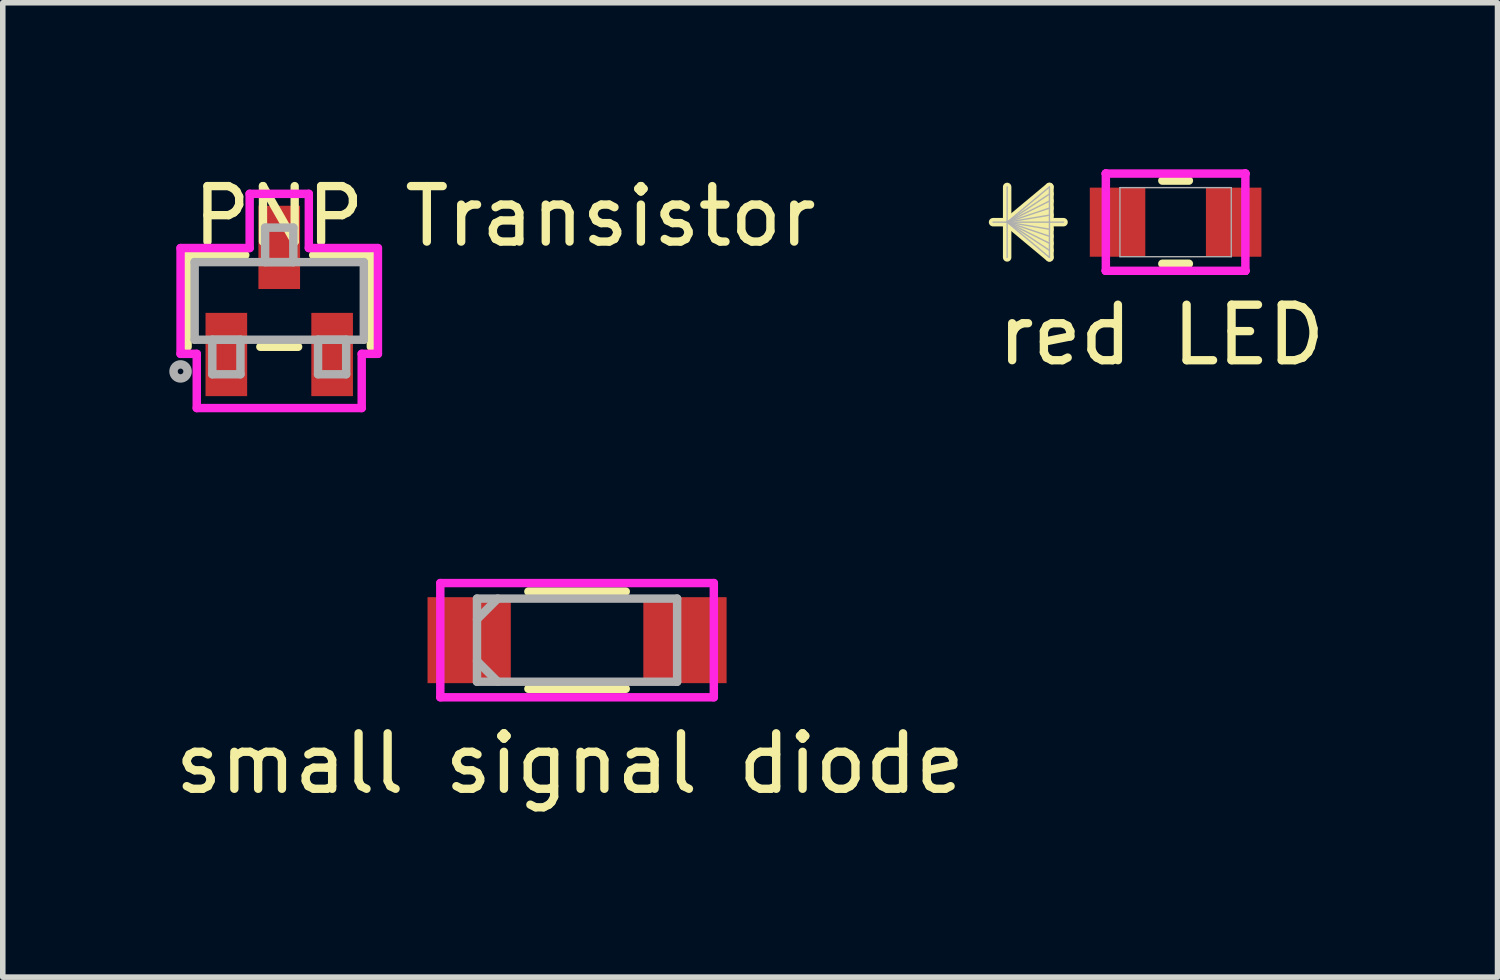
<source format=kicad_pcb>
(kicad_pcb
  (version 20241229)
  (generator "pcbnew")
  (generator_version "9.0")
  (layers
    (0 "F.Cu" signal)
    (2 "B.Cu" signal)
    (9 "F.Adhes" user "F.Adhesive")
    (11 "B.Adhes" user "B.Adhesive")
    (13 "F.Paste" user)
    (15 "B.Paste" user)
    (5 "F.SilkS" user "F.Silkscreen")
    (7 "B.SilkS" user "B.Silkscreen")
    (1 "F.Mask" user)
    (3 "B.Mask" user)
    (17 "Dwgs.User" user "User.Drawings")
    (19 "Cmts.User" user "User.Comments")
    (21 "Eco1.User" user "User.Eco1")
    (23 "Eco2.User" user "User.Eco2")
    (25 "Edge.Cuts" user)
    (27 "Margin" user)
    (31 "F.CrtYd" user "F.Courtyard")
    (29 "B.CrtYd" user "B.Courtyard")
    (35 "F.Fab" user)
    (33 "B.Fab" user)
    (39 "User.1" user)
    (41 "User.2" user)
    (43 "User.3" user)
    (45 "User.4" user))
  (footprint "red LED"
    (layer "F.Cu")
    (at 18.131 0.953)
    (property "Reference" "red LED" (at -0.254 2.032 0) (unlocked yes) (layer "F.SilkS") (effects (font (size 1 1) (thickness 0.15))))
    (attr smd)
    (fp_line (start -3.035 -0.635) (end -3.035 0.635) (stroke (width 0.152) (type solid)) (layer "F.SilkS"))
    (fp_line (start -3.035 0) (end -2.273 -0.635) (stroke (width 0.152) (type solid)) (layer "F.SilkS"))
    (fp_line (start -3.035 0) (end -2.273 -0.508) (stroke (width 0.152) (type solid)) (layer "F.SilkS"))
    (fp_line (start -3.035 0) (end -2.273 -0.381) (stroke (width 0.152) (type solid)) (layer "F.SilkS"))
    (fp_line (start -3.035 0) (end -2.273 -0.254) (stroke (width 0.152) (type solid)) (layer "F.SilkS"))
    (fp_line (start -3.035 0) (end -2.273 -0.127) (stroke (width 0.152) (type solid)) (layer "F.SilkS"))
    (fp_line (start -3.035 0) (end -2.273 0.127) (stroke (width 0.152) (type solid)) (layer "F.SilkS"))
    (fp_line (start -3.035 0) (end -2.273 0.254) (stroke (width 0.152) (type solid)) (layer "F.SilkS"))
    (fp_line (start -3.035 0) (end -2.273 0.381) (stroke (width 0.152) (type solid)) (layer "F.SilkS"))
    (fp_line (start -3.035 0) (end -2.273 0.508) (stroke (width 0.152) (type solid)) (layer "F.SilkS"))
    (fp_line (start -3.035 0) (end -2.273 0.635) (stroke (width 0.152) (type solid)) (layer "F.SilkS"))
    (fp_line (start -2.273 -0.635) (end -2.273 0.635) (stroke (width 0.152) (type solid)) (layer "F.SilkS"))
    (fp_line (start -2.019 0) (end -3.289 0) (stroke (width 0.152) (type solid)) (layer "F.SilkS"))
    (fp_line (start -0.239 0.749) (end 0.239 0.749) (stroke (width 0.152) (type solid)) (layer "F.SilkS"))
    (fp_line (start 0.239 -0.749) (end -0.239 -0.749) (stroke (width 0.152) (type solid)) (layer "F.SilkS"))
    (fp_line (start -1.257 -0.876) (end -1.257 -0.876) (stroke (width 0.152) (type solid)) (layer "F.CrtYd"))
    (fp_line (start -1.257 -0.876) (end -1.257 -0.876) (stroke (width 0.152) (type solid)) (layer "F.CrtYd"))
    (fp_line (start -1.257 -0.876) (end 1.257 -0.876) (stroke (width 0.152) (type solid)) (layer "F.CrtYd"))
    (fp_line (start -1.257 0.876) (end -1.257 -0.876) (stroke (width 0.152) (type solid)) (layer "F.CrtYd"))
    (fp_line (start -1.257 0.876) (end -1.257 0.876) (stroke (width 0.152) (type solid)) (layer "F.CrtYd"))
    (fp_line (start -1.257 0.876) (end -1.257 0.876) (stroke (width 0.152) (type solid)) (layer "F.CrtYd"))
    (fp_line (start 1.257 -0.876) (end 1.257 -0.876) (stroke (width 0.152) (type solid)) (layer "F.CrtYd"))
    (fp_line (start 1.257 -0.876) (end 1.257 -0.876) (stroke (width 0.152) (type solid)) (layer "F.CrtYd"))
    (fp_line (start 1.257 -0.876) (end 1.257 0.876) (stroke (width 0.152) (type solid)) (layer "F.CrtYd"))
    (fp_line (start 1.257 0.876) (end -1.257 0.876) (stroke (width 0.152) (type solid)) (layer "F.CrtYd"))
    (fp_line (start 1.257 0.876) (end 1.257 0.876) (stroke (width 0.152) (type solid)) (layer "F.CrtYd"))
    (fp_line (start 1.257 0.876) (end 1.257 0.876) (stroke (width 0.152) (type solid)) (layer "F.CrtYd"))
    (fp_line (start -3.035 -0.635) (end -3.035 0.635) (stroke (width 0.025) (type solid)) (layer "F.Fab"))
    (fp_line (start -3.035 0) (end -2.273 -0.635) (stroke (width 0.025) (type solid)) (layer "F.Fab"))
    (fp_line (start -3.035 0) (end -2.273 -0.508) (stroke (width 0.025) (type solid)) (layer "F.Fab"))
    (fp_line (start -3.035 0) (end -2.273 -0.381) (stroke (width 0.025) (type solid)) (layer "F.Fab"))
    (fp_line (start -3.035 0) (end -2.273 -0.254) (stroke (width 0.025) (type solid)) (layer "F.Fab"))
    (fp_line (start -3.035 0) (end -2.273 -0.127) (stroke (width 0.025) (type solid)) (layer "F.Fab"))
    (fp_line (start -3.035 0) (end -2.273 0.127) (stroke (width 0.025) (type solid)) (layer "F.Fab"))
    (fp_line (start -3.035 0) (end -2.273 0.254) (stroke (width 0.025) (type solid)) (layer "F.Fab"))
    (fp_line (start -3.035 0) (end -2.273 0.381) (stroke (width 0.025) (type solid)) (layer "F.Fab"))
    (fp_line (start -3.035 0) (end -2.273 0.508) (stroke (width 0.025) (type solid)) (layer "F.Fab"))
    (fp_line (start -3.035 0) (end -2.273 0.635) (stroke (width 0.025) (type solid)) (layer "F.Fab"))
    (fp_line (start -2.273 -0.635) (end -2.273 0.635) (stroke (width 0.025) (type solid)) (layer "F.Fab"))
    (fp_line (start -2.019 0) (end -3.289 0) (stroke (width 0.025) (type solid)) (layer "F.Fab"))
    (fp_line (start -1.003 -0.622) (end -1.003 0.622) (stroke (width 0.025) (type solid)) (layer "F.Fab"))
    (fp_line (start -1.003 0.622) (end 1.003 0.622) (stroke (width 0.025) (type solid)) (layer "F.Fab"))
    (fp_line (start 1.003 -0.622) (end -1.003 -0.622) (stroke (width 0.025) (type solid)) (layer "F.Fab"))
    (fp_line (start 1.003 0.622) (end 1.003 -0.622) (stroke (width 0.025) (type solid)) (layer "F.Fab"))
    (pad "1" smd rect (at -1.046 0) (size 1 1.245) (layers "F.Cu" "F.Mask" "F.Paste"))
    (pad "2" smd rect (at 1.046 0) (size 1 1.245) (layers "F.Cu" "F.Mask" "F.Paste"))
    (zone (net_name "") (layer "F.Cu") (hatch full 0.508) (connect_pads) (min_thickness 0.254) (filled_areas_thickness no) (keepout (tracks not_allowed) (vias not_allowed) (pads allowed) (copperpour not_allowed) (footprints allowed)) (placement (enabled no)) (fill) (polygon (pts (xy 17.636 0.381) (xy 18.626 0.381) (xy 18.626 1.524) (xy 17.636 1.524)))))
  (footprint "PNP Transistor"
    (layer "F.Cu")
    (at 1.981 2.372)
    (property "Reference" "PNP Transistor" (at 4.064 -1.524 0) (layer "F.SilkS") (effects (font (size 1 1) (thickness 0.15))))
    (attr through_hole)
    (fp_line (start -1.651 -0.826) (end -1.651 0.826) (stroke (width 0.152) (type solid)) (layer "F.SilkS"))
    (fp_line (start -0.612 -0.826) (end -1.651 -0.826) (stroke (width 0.152) (type solid)) (layer "F.SilkS"))
    (fp_line (start -0.34 0.826) (end 0.34 0.826) (stroke (width 0.152) (type solid)) (layer "F.SilkS"))
    (fp_line (start 1.651 -0.826) (end 0.612 -0.826) (stroke (width 0.152) (type solid)) (layer "F.SilkS"))
    (fp_line (start 1.651 0.826) (end 1.651 -0.826) (stroke (width 0.152) (type solid)) (layer "F.SilkS"))
    (fp_line (start -1.778 -0.953) (end -0.533 -0.953) (stroke (width 0.152) (type solid)) (layer "F.CrtYd"))
    (fp_line (start -1.778 0.953) (end -1.778 -0.953) (stroke (width 0.152) (type solid)) (layer "F.CrtYd"))
    (fp_line (start -1.778 0.953) (end -1.486 0.953) (stroke (width 0.152) (type solid)) (layer "F.CrtYd"))
    (fp_line (start -1.486 0.953) (end -1.486 1.93) (stroke (width 0.152) (type solid)) (layer "F.CrtYd"))
    (fp_line (start -1.486 1.93) (end 1.486 1.93) (stroke (width 0.152) (type solid)) (layer "F.CrtYd"))
    (fp_line (start -0.533 -1.93) (end 0.533 -1.93) (stroke (width 0.152) (type solid)) (layer "F.CrtYd"))
    (fp_line (start -0.533 -0.953) (end -0.533 -1.93) (stroke (width 0.152) (type solid)) (layer "F.CrtYd"))
    (fp_line (start 0.533 -0.953) (end 0.533 -1.93) (stroke (width 0.152) (type solid)) (layer "F.CrtYd"))
    (fp_line (start 1.486 0.953) (end 1.486 1.93) (stroke (width 0.152) (type solid)) (layer "F.CrtYd"))
    (fp_line (start 1.778 -0.953) (end 0.533 -0.953) (stroke (width 0.152) (type solid)) (layer "F.CrtYd"))
    (fp_line (start 1.778 -0.953) (end 1.778 0.953) (stroke (width 0.152) (type solid)) (layer "F.CrtYd"))
    (fp_line (start 1.778 0.953) (end 1.486 0.953) (stroke (width 0.152) (type solid)) (layer "F.CrtYd"))
    (fp_line (start -1.524 -0.699) (end -1.524 0.699) (stroke (width 0.152) (type solid)) (layer "F.Fab"))
    (fp_line (start -1.524 0.699) (end 1.524 0.699) (stroke (width 0.152) (type solid)) (layer "F.Fab"))
    (fp_line (start -1.206 0.699) (end -1.206 1.321) (stroke (width 0.152) (type solid)) (layer "F.Fab"))
    (fp_line (start -1.206 1.321) (end -0.699 1.321) (stroke (width 0.152) (type solid)) (layer "F.Fab"))
    (fp_line (start -0.699 0.699) (end -1.206 0.699) (stroke (width 0.152) (type solid)) (layer "F.Fab"))
    (fp_line (start -0.699 1.321) (end -0.699 0.699) (stroke (width 0.152) (type solid)) (layer "F.Fab"))
    (fp_line (start -0.254 -1.321) (end -0.254 -0.699) (stroke (width 0.152) (type solid)) (layer "F.Fab"))
    (fp_line (start -0.254 -0.699) (end 0.254 -0.699) (stroke (width 0.152) (type solid)) (layer "F.Fab"))
    (fp_line (start 0.254 -1.321) (end -0.254 -1.321) (stroke (width 0.152) (type solid)) (layer "F.Fab"))
    (fp_line (start 0.254 -0.699) (end 0.254 -1.321) (stroke (width 0.152) (type solid)) (layer "F.Fab"))
    (fp_line (start 0.699 0.699) (end 0.699 1.321) (stroke (width 0.152) (type solid)) (layer "F.Fab"))
    (fp_line (start 0.699 1.321) (end 1.206 1.321) (stroke (width 0.152) (type solid)) (layer "F.Fab"))
    (fp_line (start 1.206 0.699) (end 0.699 0.699) (stroke (width 0.152) (type solid)) (layer "F.Fab"))
    (fp_line (start 1.206 1.321) (end 1.206 0.699) (stroke (width 0.152) (type solid)) (layer "F.Fab"))
    (fp_line (start 1.524 -0.699) (end -1.524 -0.699) (stroke (width 0.152) (type solid)) (layer "F.Fab"))
    (fp_line (start 1.524 0.699) (end 1.524 -0.699) (stroke (width 0.152) (type solid)) (layer "F.Fab"))
    (fp_circle (center -1.778 1.27) (end -1.651 1.27) (stroke (width 0.152) (type solid)) (fill no) (layer "F.Fab"))
    (pad "1" smd rect (at -0.953 0.965) (size 0.75 1.5) (layers "F.Cu" "F.Mask" "F.Paste"))
    (pad "2" smd rect (at 0.953 0.965) (size 0.75 1.5) (layers "F.Cu" "F.Mask" "F.Paste"))
    (pad "3" smd rect (at 0 -0.965) (size 0.75 1.5) (layers "F.Cu" "F.Mask" "F.Paste")))
  (footprint "small signal diode"
    (layer "F.Cu")
    (at 7.347 8.484)
    (property "Reference" "small signal diode" (at -0.127 2.223 0) (layer "F.SilkS") (effects (font (size 1 1) (thickness 0.15))))
    (attr through_hole)
    (fp_line (start -0.877 0.876) (end 0.877 0.876) (stroke (width 0.152) (type solid)) (layer "F.SilkS"))
    (fp_line (start 0.877 -0.876) (end -0.877 -0.876) (stroke (width 0.152) (type solid)) (layer "F.SilkS"))
    (fp_line (start -2.464 -1.029) (end 2.464 -1.029) (stroke (width 0.152) (type solid)) (layer "F.CrtYd"))
    (fp_line (start -2.464 1.029) (end -2.464 -1.029) (stroke (width 0.152) (type solid)) (layer "F.CrtYd"))
    (fp_line (start 2.464 -1.029) (end 2.464 1.029) (stroke (width 0.152) (type solid)) (layer "F.CrtYd"))
    (fp_line (start 2.464 1.029) (end -2.464 1.029) (stroke (width 0.152) (type solid)) (layer "F.CrtYd"))
    (fp_line (start -1.803 -0.749) (end -1.803 0.749) (stroke (width 0.152) (type solid)) (layer "F.Fab"))
    (fp_line (start -1.803 -0.375) (end -1.429 -0.749) (stroke (width 0.152) (type solid)) (layer "F.Fab"))
    (fp_line (start -1.803 0.375) (end -1.429 0.749) (stroke (width 0.152) (type solid)) (layer "F.Fab"))
    (fp_line (start -1.803 0.749) (end 1.803 0.749) (stroke (width 0.152) (type solid)) (layer "F.Fab"))
    (fp_line (start 1.803 -0.749) (end -1.803 -0.749) (stroke (width 0.152) (type solid)) (layer "F.Fab"))
    (fp_line (start 1.803 0.749) (end 1.803 -0.749) (stroke (width 0.152) (type solid)) (layer "F.Fab"))
    (pad "1" smd rect (at -1.944 0) (size 1.5 1.549) (layers "F.Cu" "F.Mask" "F.Paste"))
    (pad "2" smd rect (at 1.944 0) (size 1.5 1.549) (layers "F.Cu" "F.Mask" "F.Paste")))
  (gr_rect
    (start -3 -3)
    (end 23.931 14.555)
    (stroke (width 0.1) (type default))
    (fill no)
    (layer "Edge.Cuts")))
</source>
